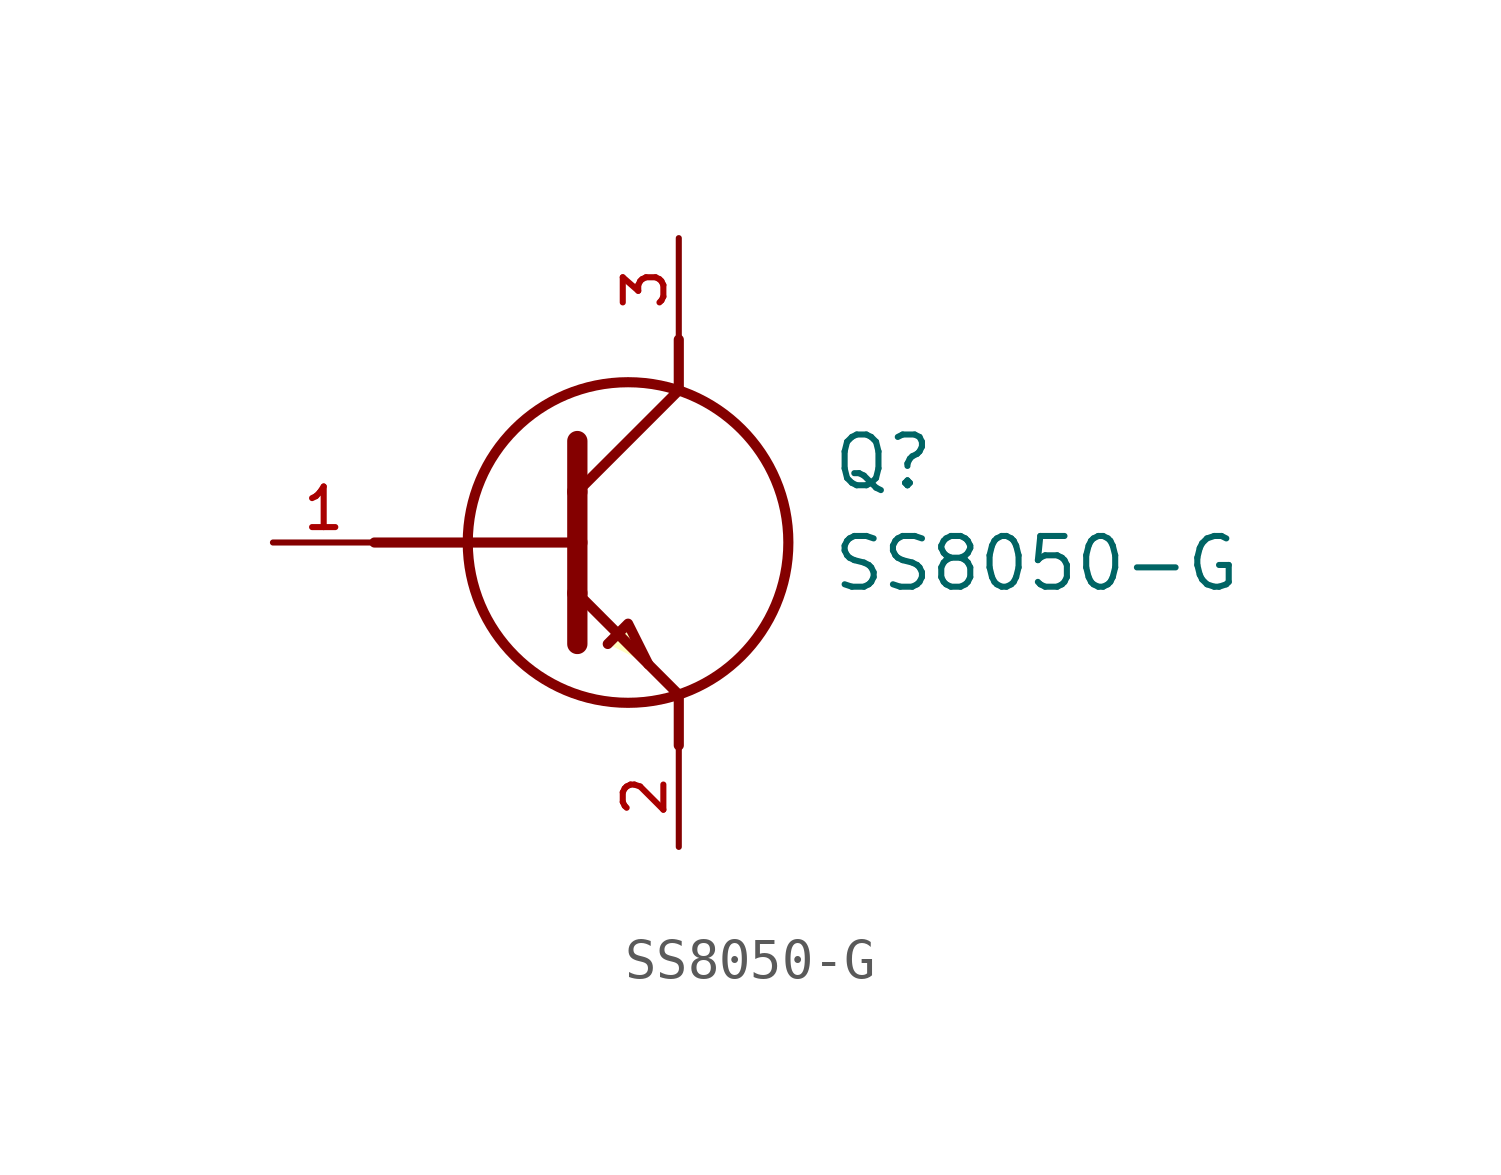
<source format=kicad_sym>
(kicad_symbol_lib
  (version 20210619)
  (generator kicad_symbol_editor)
  (symbol "BJT_user:SS8050-G"
    (pin_names
      (offset 1.016) hide)
    (property "Reference" "Q"
      (at 13.97 1.27 0)
      (effects (font (size 1.27 1.27)) (justify left bottom)))
    (property "Value" "SS8050-G"
      (at 13.97 -1.27 0)
      (effects (font (size 1.27 1.27)) (justify left bottom)))
    (symbol "SS8050-G_0_0"
      (circle (center 8.89 0) (radius 4.013) (stroke (width 0.254)) (fill (type none)))
      (polyline (pts (xy 2.54 0) (xy 7.62 0)) (stroke (width 0.254)) (fill (type none)))
      (polyline (pts (xy 7.62 -1.27) (xy 7.62 -2.54)) (stroke (width 0.508)) (fill (type none)))
      (polyline (pts (xy 7.62 -1.27) (xy 10.16 -3.81)) (stroke (width 0.254)) (fill (type none)))
      (polyline (pts (xy 7.62 0) (xy 7.62 -1.27)) (stroke (width 0.508)) (fill (type none)))
      (polyline (pts (xy 7.62 1.27) (xy 7.62 0)) (stroke (width 0.508)) (fill (type none)))
      (polyline (pts (xy 7.62 1.27) (xy 10.16 3.81)) (stroke (width 0.254)) (fill (type none)))
      (polyline (pts (xy 7.62 2.54) (xy 7.62 1.27)) (stroke (width 0.508)) (fill (type none)))
      (polyline (pts (xy 10.16 -3.81) (xy 10.16 -5.08)) (stroke (width 0.254)) (fill (type none)))
      (polyline (pts (xy 10.16 3.81) (xy 10.16 5.08)) (stroke (width 0.254)) (fill (type none)))
      (polyline (pts (xy 8.382 -2.54) (xy 8.89 -2.032) (xy 9.398 -3.048)) (stroke (width 0.254)) (fill (type background)))
      (pin bidirectional line (at 0 0 0) (length 2.54) (name "~" (effects (font (size 1.016 1.016)))) (number "1" (effects (font (size 1.016 1.016)))))
      (pin bidirectional line (at 10.16 -7.62 90) (length 2.54) (name "~" (effects (font (size 1.016 1.016)))) (number "2" (effects (font (size 1.016 1.016)))))
      (pin bidirectional line (at 10.16 7.62 270) (length 2.54) (name "~" (effects (font (size 1.016 1.016)))) (number "3" (effects (font (size 1.016 1.016))))))))
</source>
